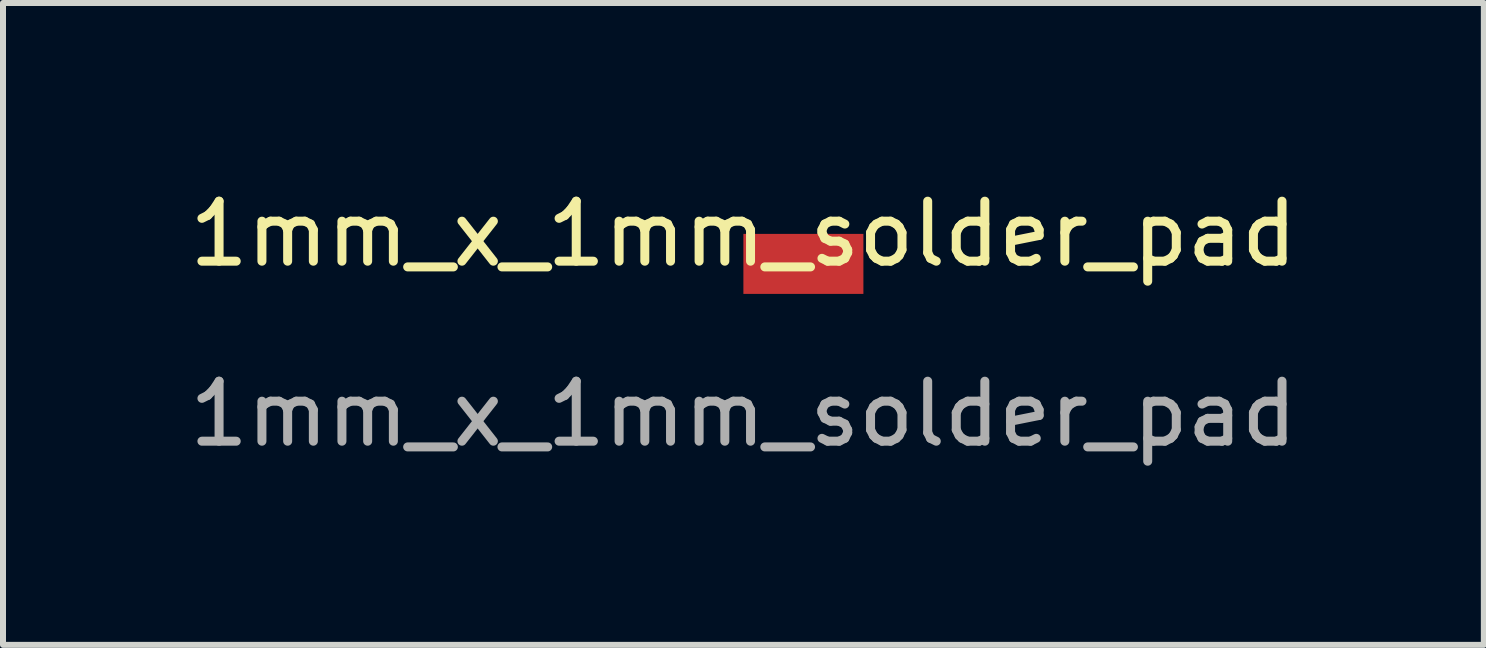
<source format=kicad_pcb>
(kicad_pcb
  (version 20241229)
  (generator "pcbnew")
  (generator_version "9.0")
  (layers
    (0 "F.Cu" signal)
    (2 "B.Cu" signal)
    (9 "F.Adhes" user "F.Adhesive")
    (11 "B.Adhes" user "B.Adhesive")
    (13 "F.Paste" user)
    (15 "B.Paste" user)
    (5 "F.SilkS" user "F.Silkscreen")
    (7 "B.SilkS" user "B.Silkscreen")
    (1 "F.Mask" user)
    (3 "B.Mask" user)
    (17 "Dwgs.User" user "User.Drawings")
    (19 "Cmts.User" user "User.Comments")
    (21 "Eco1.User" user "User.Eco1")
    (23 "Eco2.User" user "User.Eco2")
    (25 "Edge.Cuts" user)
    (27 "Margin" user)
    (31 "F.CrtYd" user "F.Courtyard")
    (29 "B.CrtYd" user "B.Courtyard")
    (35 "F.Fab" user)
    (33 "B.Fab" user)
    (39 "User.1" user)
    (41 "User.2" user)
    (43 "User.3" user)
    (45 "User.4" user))
  (footprint "1mm_x_1mm_solder_pad"
    (layer "F.Cu")
    (at 9.339 1.348)
    (property "Reference" "1mm_x_1mm_solder_pad" (at 0 -0.5 0) (unlocked yes) (layer "F.SilkS") (effects (font (size 1 1) (thickness 0.15))))
    (attr smd)
    (fp_text user "${REFERENCE}" (at 0 2.5 0) (unlocked yes) (layer "F.Fab") (effects (font (size 1 1) (thickness 0.15))))
    (pad "1" smd rect (at 1 0) (size 2 1) (layers "F.Cu" "F.Paste")))
  (gr_rect
    (start -3 -3)
    (end 21.679 7.697)
    (stroke (width 0.1) (type default))
    (fill no)
    (layer "Edge.Cuts")))
</source>
